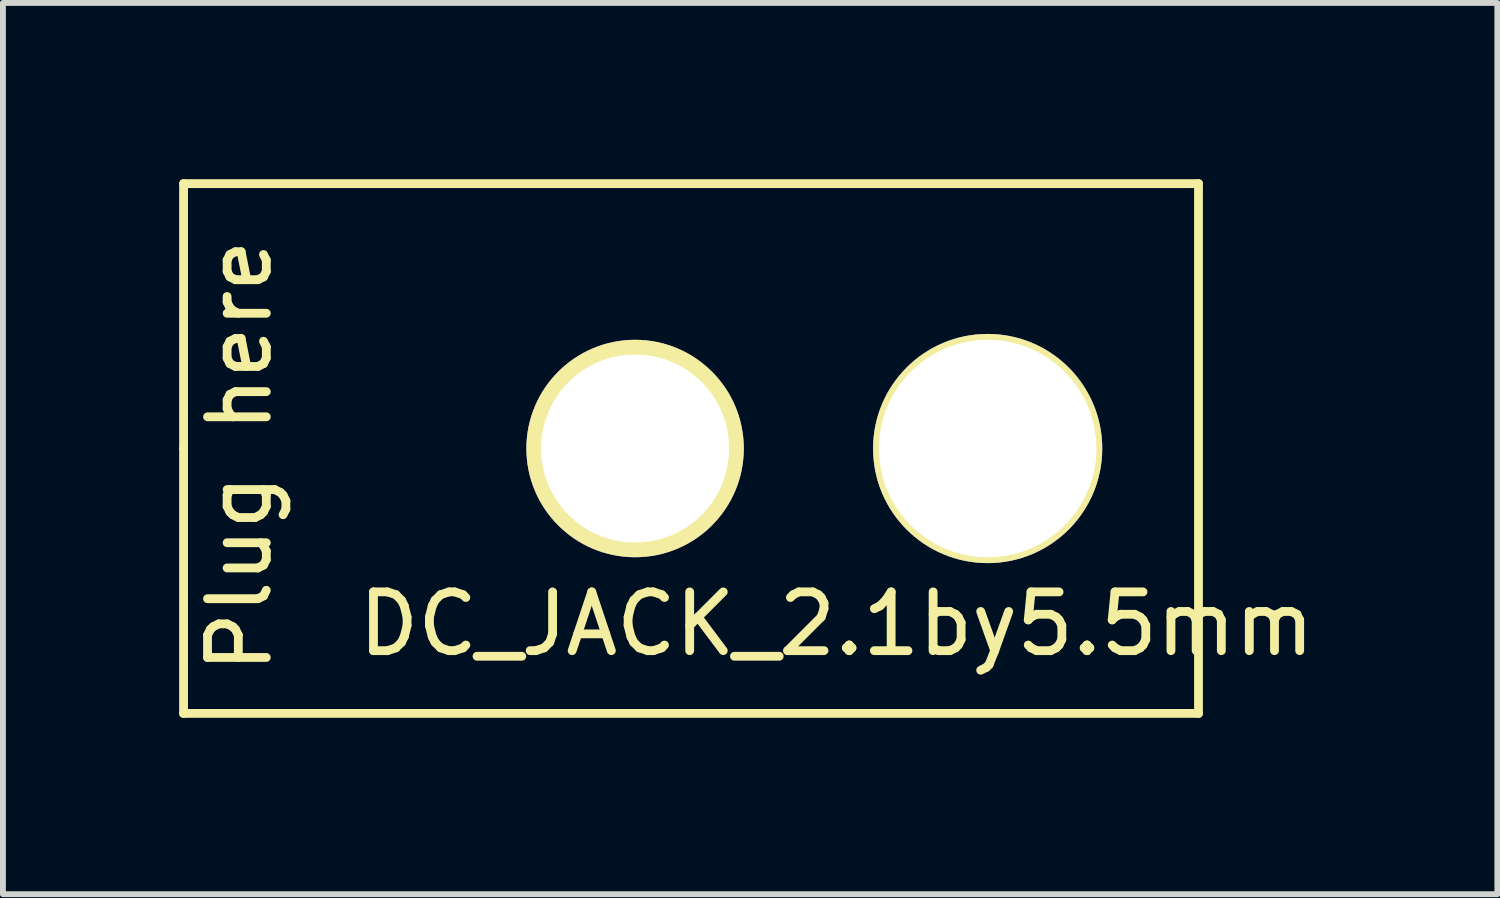
<source format=kicad_pcb>
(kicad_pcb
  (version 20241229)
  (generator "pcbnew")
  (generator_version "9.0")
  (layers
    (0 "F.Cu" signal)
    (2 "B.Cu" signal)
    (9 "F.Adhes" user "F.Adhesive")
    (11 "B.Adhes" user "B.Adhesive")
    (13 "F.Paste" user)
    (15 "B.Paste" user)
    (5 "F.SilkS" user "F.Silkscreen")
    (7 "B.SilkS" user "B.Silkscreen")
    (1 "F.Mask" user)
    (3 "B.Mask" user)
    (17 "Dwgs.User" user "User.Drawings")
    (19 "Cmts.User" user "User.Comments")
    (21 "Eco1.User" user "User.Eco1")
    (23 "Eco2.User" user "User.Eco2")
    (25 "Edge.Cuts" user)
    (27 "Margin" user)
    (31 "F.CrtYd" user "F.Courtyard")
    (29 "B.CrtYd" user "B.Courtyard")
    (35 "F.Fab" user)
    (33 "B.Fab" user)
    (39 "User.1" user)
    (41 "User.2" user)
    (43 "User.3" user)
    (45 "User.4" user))
  (footprint "DC_JACK_2.1by5.5mm"
    (layer "F.Cu")
    (at 7.758 4.583)
    (property "Reference" "DC_JACK_2.1by5.5mm" (at 3.429 2.985 0) (layer "F.SilkS") (effects (font (size 1 1) (thickness 0.15))))
    (attr through_hole)
    (fp_line (start -7.684 -4.508) (end 9.588 -4.508) (stroke (width 0.15) (type solid)) (layer "F.SilkS"))
    (fp_line (start -7.684 0) (end -7.684 -4.508) (stroke (width 0.15) (type solid)) (layer "F.SilkS"))
    (fp_line (start -7.684 4.508) (end -7.684 0) (stroke (width 0.15) (type solid)) (layer "F.SilkS"))
    (fp_line (start 9.588 -4.508) (end 9.588 4.508) (stroke (width 0.15) (type solid)) (layer "F.SilkS"))
    (fp_line (start 9.588 4.508) (end -7.684 4.508) (stroke (width 0.15) (type solid)) (layer "F.SilkS"))
    (fp_text user "Plug here" (at -6.731 0.127 90) (layer "F.SilkS") (effects (font (size 1 1) (thickness 0.15))))
    (pad "1" thru_hole circle (at 6 0) (size 3.9 3.9) (drill 3.7) (layers "*.Cu" "*.Mask" "F.SilkS"))
    (pad "2" thru_hole circle (at 0 0) (size 3.7 3.7) (drill 3.2) (layers "*.Cu" "*.Mask" "F.SilkS")))
  (gr_rect
    (start -3 -3)
    (end 22.432 12.167)
    (stroke (width 0.1) (type default))
    (fill no)
    (layer "Edge.Cuts")))
</source>
